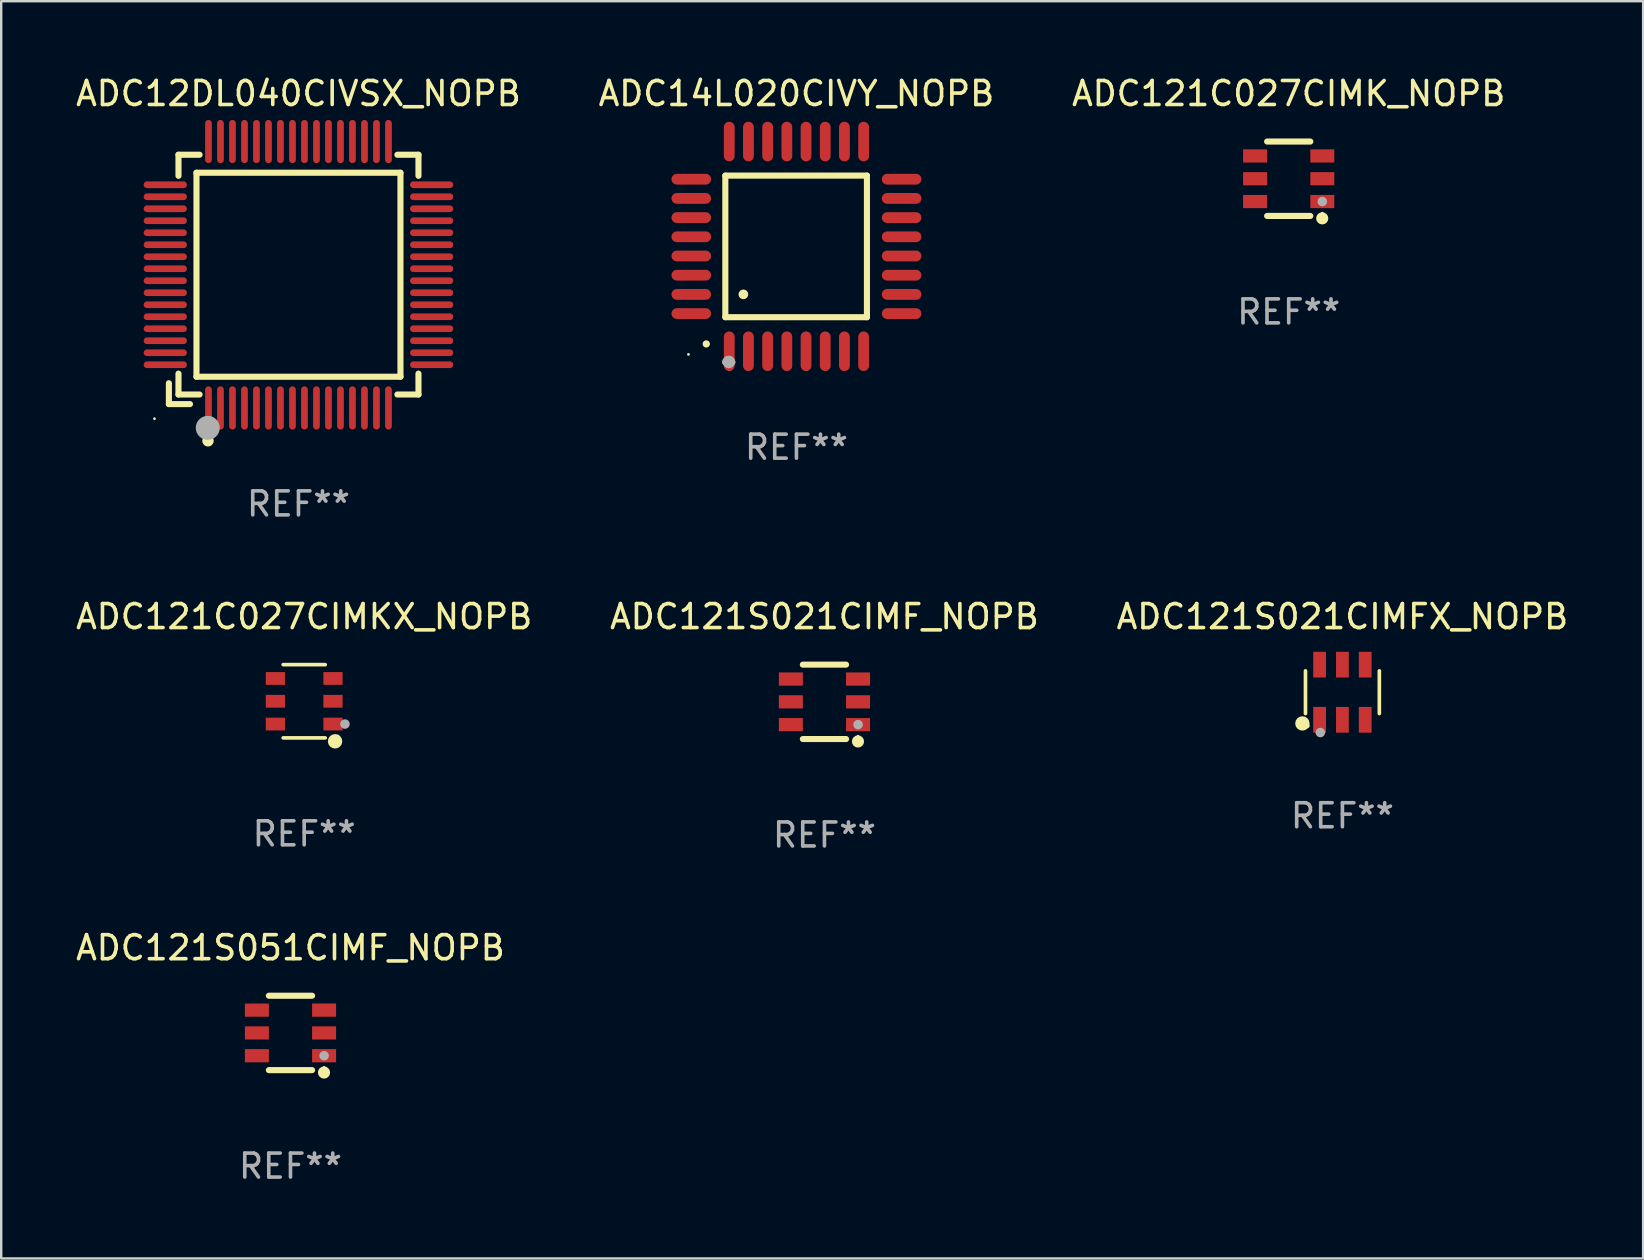
<source format=kicad_pcb>
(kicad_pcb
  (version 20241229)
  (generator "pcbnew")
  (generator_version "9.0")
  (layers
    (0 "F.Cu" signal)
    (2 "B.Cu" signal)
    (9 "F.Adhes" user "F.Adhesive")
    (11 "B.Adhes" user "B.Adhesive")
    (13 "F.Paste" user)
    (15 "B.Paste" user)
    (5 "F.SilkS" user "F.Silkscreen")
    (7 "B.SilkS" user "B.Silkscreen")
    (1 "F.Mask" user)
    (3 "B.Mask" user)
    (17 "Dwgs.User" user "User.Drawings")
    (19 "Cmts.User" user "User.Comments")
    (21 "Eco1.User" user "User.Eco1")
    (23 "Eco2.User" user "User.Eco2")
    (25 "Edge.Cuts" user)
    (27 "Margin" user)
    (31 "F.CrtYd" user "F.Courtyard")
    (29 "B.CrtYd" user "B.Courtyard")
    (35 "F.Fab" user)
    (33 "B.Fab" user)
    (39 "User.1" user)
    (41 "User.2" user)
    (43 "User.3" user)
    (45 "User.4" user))
  (footprint "ADC121S051CIMF_NOPB"
    (layer "F.Cu")
    (at 9.054 39.991)
    (property "Reference" "ADC121S051CIMF_NOPB" (at 0 -3.55 0) (layer "F.SilkS") (effects (font (size 1 1) (thickness 0.15))))
    (attr through_hole)
    (fp_line (start -0.9 -1.55) (end 0.9 -1.55) (stroke (width 0.254) (type solid)) (layer "F.SilkS"))
    (fp_line (start -0.9 1.55) (end 0.9 1.55) (stroke (width 0.254) (type solid)) (layer "F.SilkS"))
    (fp_circle (center 1.397 1.651) (end 1.524 1.651) (stroke (width 0.254) (type solid)) (fill no) (layer "F.SilkS"))
    (fp_circle (center 1.4 1.435) (end 1.43 1.435) (stroke (width 0.06) (type solid)) (fill no) (layer "F.SilkS"))
    (fp_circle (center 1.4 0.95) (end 1.5 0.95) (stroke (width 0.2) (type solid)) (fill no) (layer "F.Fab"))
    (fp_text user "REF**" (at 0 5.55 0) (layer "F.Fab") (effects (font (size 1 1) (thickness 0.15))))
    (pad "1" smd rect (at 1.4 0.95) (size 1 0.55) (layers "F.Cu" "F.Mask" "F.Paste"))
    (pad "2" smd rect (at 1.4 -0.000102) (size 1 0.55) (layers "F.Cu" "F.Mask" "F.Paste"))
    (pad "3" smd rect (at 1.4 -0.95) (size 1 0.55) (layers "F.Cu" "F.Mask" "F.Paste"))
    (pad "4" smd rect (at -1.4 -0.95) (size 1 0.55) (layers "F.Cu" "F.Mask" "F.Paste"))
    (pad "5" smd rect (at -1.4 -0.000102) (size 1 0.55) (layers "F.Cu" "F.Mask" "F.Paste"))
    (pad "6" smd rect (at -1.4 0.95) (size 1 0.55) (layers "F.Cu" "F.Mask" "F.Paste")))
  (footprint "ADC121S021CIMFX_NOPB"
    (layer "F.Cu")
    (at 52.887 25.794)
    (property "Reference" "ADC121S021CIMFX_NOPB" (at 0 -3.149 0) (layer "F.SilkS") (effects (font (size 1 1) (thickness 0.15))))
    (attr through_hole)
    (fp_line (start -1.539 0.889) (end -1.539 -0.889) (stroke (width 0.152) (type solid)) (layer "F.SilkS"))
    (fp_line (start 1.539 0.889) (end 1.539 -0.889) (stroke (width 0.152) (type solid)) (layer "F.SilkS"))
    (fp_circle (center -1.668 1.301) (end -1.518 1.301) (stroke (width 0.3) (type solid)) (fill no) (layer "F.SilkS"))
    (fp_circle (center -1.463 1.4) (end -1.413 1.4) (stroke (width 0.1) (type solid)) (fill no) (layer "F.SilkS"))
    (fp_circle (center -0.92 1.68) (end -0.82 1.68) (stroke (width 0.2) (type solid)) (fill no) (layer "F.Fab"))
    (fp_text user "REF**" (at 0 5.149 0) (layer "F.Fab") (effects (font (size 1 1) (thickness 0.15))))
    (pad "1" smd rect (at -0.95 1.149) (size 0.532 1.072) (layers "F.Cu" "F.Mask" "F.Paste"))
    (pad "2" smd rect (at 0 1.149) (size 0.532 1.072) (layers "F.Cu" "F.Mask" "F.Paste"))
    (pad "3" smd rect (at 0.95 1.149) (size 0.532 1.072) (layers "F.Cu" "F.Mask" "F.Paste"))
    (pad "4" smd rect (at 0.95 -1.149) (size 0.532 1.072) (layers "F.Cu" "F.Mask" "F.Paste"))
    (pad "5" smd rect (at 0 -1.149) (size 0.532 1.072) (layers "F.Cu" "F.Mask" "F.Paste"))
    (pad "6" smd rect (at -0.95 -1.149) (size 0.532 1.072) (layers "F.Cu" "F.Mask" "F.Paste")))
  (footprint "ADC14L020CIVY_NOPB"
    (layer "F.Cu")
    (at 30.137 7.217)
    (property "Reference" "ADC14L020CIVY_NOPB" (at 0 -6.369 0) (layer "F.SilkS") (effects (font (size 1 1) (thickness 0.15))))
    (attr through_hole)
    (fp_line (start -2.963 -2.95) (end -2.963 2.95) (stroke (width 0.254) (type solid)) (layer "F.SilkS"))
    (fp_line (start -2.963 2.95) (end 2.937 2.95) (stroke (width 0.254) (type solid)) (layer "F.SilkS"))
    (fp_line (start 2.937 -2.95) (end -2.963 -2.95) (stroke (width 0.254) (type solid)) (layer "F.SilkS"))
    (fp_line (start 2.937 2.95) (end 2.937 -2.95) (stroke (width 0.254) (type solid)) (layer "F.SilkS"))
    (fp_arc (start -3.759208 4.064008) (mid -3.757938 4.064003) (end -3.756668 4.064008) (stroke (width 0.3) (type solid)) (layer "F.SilkS"))
    (fp_arc (start -2.212344 1.998984) (mid -2.211074 1.99898) (end -2.209804 1.998984) (stroke (width 0.4) (type solid)) (layer "F.SilkS"))
    (fp_circle (center -4.5 4.5) (end -4.47 4.5) (stroke (width 0.06) (type solid)) (fill no) (layer "F.SilkS"))
    (fp_arc (start -2.967489 4.82601) (mid -2.819406 4.677927) (end -2.671323 4.82601) (stroke (width 0.254001) (type solid)) (layer "F.Fab"))
    (fp_arc (start -2.967488 4.82601) (mid -2.819406 4.791053) (end -2.671324 4.82601) (stroke (width 0.254001) (type solid)) (layer "F.Fab"))
    (fp_circle (center -2.819 4.826) (end -2.692 4.826) (stroke (width 0.254) (type solid)) (fill no) (layer "F.Fab"))
    (fp_text user "REF**" (at 0 8.369 0) (layer "F.Fab") (effects (font (size 1 1) (thickness 0.15))))
    (pad "1" smd oval (at -2.8 4.369) (size 0.45 1.65) (layers "F.Cu" "F.Mask" "F.Paste"))
    (pad "2" smd oval (at -2 4.369) (size 0.45 1.65) (layers "F.Cu" "F.Mask" "F.Paste"))
    (pad "3" smd oval (at -1.2 4.369) (size 0.45 1.65) (layers "F.Cu" "F.Mask" "F.Paste"))
    (pad "4" smd oval (at -0.4 4.369) (size 0.45 1.65) (layers "F.Cu" "F.Mask" "F.Paste"))
    (pad "5" smd oval (at 0.4 4.369) (size 0.45 1.65) (layers "F.Cu" "F.Mask" "F.Paste"))
    (pad "6" smd oval (at 1.2 4.369) (size 0.45 1.65) (layers "F.Cu" "F.Mask" "F.Paste"))
    (pad "7" smd oval (at 2 4.369) (size 0.45 1.65) (layers "F.Cu" "F.Mask" "F.Paste"))
    (pad "8" smd oval (at 2.8 4.369) (size 0.45 1.65) (layers "F.Cu" "F.Mask" "F.Paste"))
    (pad "9" smd oval (at 4.382 2.8) (size 1.65 0.45) (layers "F.Cu" "F.Mask" "F.Paste"))
    (pad "10" smd oval (at 4.382 2) (size 1.65 0.45) (layers "F.Cu" "F.Mask" "F.Paste"))
    (pad "11" smd oval (at 4.382 1.2) (size 1.65 0.45) (layers "F.Cu" "F.Mask" "F.Paste"))
    (pad "12" smd oval (at 4.382 0.4) (size 1.65 0.45) (layers "F.Cu" "F.Mask" "F.Paste"))
    (pad "13" smd oval (at 4.382 -0.4) (size 1.65 0.45) (layers "F.Cu" "F.Mask" "F.Paste"))
    (pad "14" smd oval (at 4.382 -1.2) (size 1.65 0.45) (layers "F.Cu" "F.Mask" "F.Paste"))
    (pad "15" smd oval (at 4.382 -2) (size 1.65 0.45) (layers "F.Cu" "F.Mask" "F.Paste"))
    (pad "16" smd oval (at 4.382 -2.8) (size 1.65 0.45) (layers "F.Cu" "F.Mask" "F.Paste"))
    (pad "17" smd oval (at 2.8 -4.369) (size 0.45 1.65) (layers "F.Cu" "F.Mask" "F.Paste"))
    (pad "18" smd oval (at 2 -4.369) (size 0.45 1.65) (layers "F.Cu" "F.Mask" "F.Paste"))
    (pad "19" smd oval (at 1.2 -4.369) (size 0.45 1.65) (layers "F.Cu" "F.Mask" "F.Paste"))
    (pad "20" smd oval (at 0.4 -4.369) (size 0.45 1.65) (layers "F.Cu" "F.Mask" "F.Paste"))
    (pad "21" smd oval (at -0.4 -4.369) (size 0.45 1.65) (layers "F.Cu" "F.Mask" "F.Paste"))
    (pad "22" smd oval (at -1.2 -4.369) (size 0.45 1.65) (layers "F.Cu" "F.Mask" "F.Paste"))
    (pad "23" smd oval (at -2 -4.369) (size 0.45 1.65) (layers "F.Cu" "F.Mask" "F.Paste"))
    (pad "24" smd oval (at -2.8 -4.369) (size 0.45 1.65) (layers "F.Cu" "F.Mask" "F.Paste"))
    (pad "25" smd oval (at -4.382 -2.8) (size 1.65 0.45) (layers "F.Cu" "F.Mask" "F.Paste"))
    (pad "26" smd oval (at -4.382 -2) (size 1.65 0.45) (layers "F.Cu" "F.Mask" "F.Paste"))
    (pad "27" smd oval (at -4.382 -1.2) (size 1.65 0.45) (layers "F.Cu" "F.Mask" "F.Paste"))
    (pad "28" smd oval (at -4.382 -0.4) (size 1.65 0.45) (layers "F.Cu" "F.Mask" "F.Paste"))
    (pad "29" smd oval (at -4.382 0.4) (size 1.65 0.45) (layers "F.Cu" "F.Mask" "F.Paste"))
    (pad "30" smd oval (at -4.382 1.2) (size 1.65 0.45) (layers "F.Cu" "F.Mask" "F.Paste"))
    (pad "31" smd oval (at -4.382 2) (size 1.65 0.45) (layers "F.Cu" "F.Mask" "F.Paste"))
    (pad "32" smd oval (at -4.382 2.8) (size 1.65 0.45) (layers "F.Cu" "F.Mask" "F.Paste")))
  (footprint "ADC121C027CIMKX_NOPB"
    (layer "F.Cu")
    (at 9.625 26.171)
    (property "Reference" "ADC121C027CIMKX_NOPB" (at 0 -3.526 0) (layer "F.SilkS") (effects (font (size 1 1) (thickness 0.15))))
    (attr through_hole)
    (fp_line (start 0.876 -1.526) (end -0.876 -1.526) (stroke (width 0.152) (type solid)) (layer "F.SilkS"))
    (fp_line (start 0.876 1.526) (end -0.876 1.526) (stroke (width 0.152) (type solid)) (layer "F.SilkS"))
    (fp_circle (center 1.287 1.669) (end 1.438 1.669) (stroke (width 0.3) (type solid)) (fill no) (layer "F.SilkS"))
    (fp_circle (center 1.4 1.45) (end 1.43 1.45) (stroke (width 0.06) (type solid)) (fill no) (layer "F.SilkS"))
    (fp_circle (center 1.7 0.95) (end 1.8 0.95) (stroke (width 0.2) (type solid)) (fill no) (layer "F.Fab"))
    (fp_text user "REF**" (at 0 5.526 0) (layer "F.Fab") (effects (font (size 1 1) (thickness 0.15))))
    (pad "1" smd rect (at 1.2 0.95) (size 0.8 0.532) (layers "F.Cu" "F.Mask" "F.Paste"))
    (pad "2" smd rect (at 1.2 0) (size 0.8 0.532) (layers "F.Cu" "F.Mask" "F.Paste"))
    (pad "3" smd rect (at 1.2 -0.95) (size 0.8 0.532) (layers "F.Cu" "F.Mask" "F.Paste"))
    (pad "4" smd rect (at -1.2 -0.95) (size 0.8 0.532) (layers "F.Cu" "F.Mask" "F.Paste"))
    (pad "5" smd rect (at -1.2 0) (size 0.8 0.532) (layers "F.Cu" "F.Mask" "F.Paste"))
    (pad "6" smd rect (at -1.2 0.95) (size 0.8 0.532) (layers "F.Cu" "F.Mask" "F.Paste")))
  (footprint "ADC12DL040CIVSX_NOPB"
    (layer "F.Cu")
    (at 9.387 8.398)
    (property "Reference" "ADC12DL040CIVSX_NOPB" (at 0 -7.55 0) (layer "F.SilkS") (effects (font (size 1 1) (thickness 0.15))))
    (attr through_hole)
    (fp_line (start -5.4 4.521) (end -5.4 5.39) (stroke (width 0.254) (type solid)) (layer "F.SilkS"))
    (fp_line (start -5.4 5.39) (end -4.521 5.39) (stroke (width 0.254) (type solid)) (layer "F.SilkS"))
    (fp_line (start -5 -5) (end -5 -4.121) (stroke (width 0.254) (type solid)) (layer "F.SilkS"))
    (fp_line (start -5 4.121) (end -5 4.99) (stroke (width 0.254) (type solid)) (layer "F.SilkS"))
    (fp_line (start -5 4.99) (end -4.121 4.99) (stroke (width 0.254) (type solid)) (layer "F.SilkS"))
    (fp_line (start -4.25 -4.25) (end -4.25 4.25) (stroke (width 0.254) (type solid)) (layer "F.SilkS"))
    (fp_line (start -4.25 4.25) (end 4.25 4.25) (stroke (width 0.254) (type solid)) (layer "F.SilkS"))
    (fp_line (start -4.121 -5) (end -5 -5) (stroke (width 0.254) (type solid)) (layer "F.SilkS"))
    (fp_line (start 4.121 4.99) (end 5 4.99) (stroke (width 0.254) (type solid)) (layer "F.SilkS"))
    (fp_line (start 4.25 -4.25) (end -4.25 -4.25) (stroke (width 0.254) (type solid)) (layer "F.SilkS"))
    (fp_line (start 4.25 4.25) (end 4.25 -4.25) (stroke (width 0.254) (type solid)) (layer "F.SilkS"))
    (fp_line (start 5 -5) (end 4.121 -5) (stroke (width 0.254) (type solid)) (layer "F.SilkS"))
    (fp_line (start 5 -4.121) (end 5 -5) (stroke (width 0.254) (type solid)) (layer "F.SilkS"))
    (fp_line (start 5 4.99) (end 5 4.121) (stroke (width 0.254) (type solid)) (layer "F.SilkS"))
    (fp_circle (center -6 6) (end -5.97 6) (stroke (width 0.06) (type solid)) (fill no) (layer "F.SilkS"))
    (fp_circle (center -3.77 6.92) (end -3.65 6.92) (stroke (width 0.24) (type solid)) (fill no) (layer "F.SilkS"))
    (fp_circle (center -3.78 6.38) (end -3.53 6.38) (stroke (width 0.5) (type solid)) (fill no) (layer "F.Fab"))
    (fp_text user "REF**" (at 0 9.55 0) (layer "F.Fab") (effects (font (size 1 1) (thickness 0.15))))
    (pad "1" smd oval (at -3.75 5.55) (size 0.28 1.8) (layers "F.Cu" "F.Mask" "F.Paste"))
    (pad "2" smd oval (at -3.25 5.55) (size 0.28 1.8) (layers "F.Cu" "F.Mask" "F.Paste"))
    (pad "3" smd oval (at -2.75 5.55) (size 0.28 1.8) (layers "F.Cu" "F.Mask" "F.Paste"))
    (pad "4" smd oval (at -2.25 5.55) (size 0.28 1.8) (layers "F.Cu" "F.Mask" "F.Paste"))
    (pad "5" smd oval (at -1.75 5.55) (size 0.28 1.8) (layers "F.Cu" "F.Mask" "F.Paste"))
    (pad "6" smd oval (at -1.25 5.55) (size 0.28 1.8) (layers "F.Cu" "F.Mask" "F.Paste"))
    (pad "7" smd oval (at -0.75 5.55) (size 0.28 1.8) (layers "F.Cu" "F.Mask" "F.Paste"))
    (pad "8" smd oval (at -0.25 5.55) (size 0.28 1.8) (layers "F.Cu" "F.Mask" "F.Paste"))
    (pad "9" smd oval (at 0.25 5.55) (size 0.28 1.8) (layers "F.Cu" "F.Mask" "F.Paste"))
    (pad "10" smd oval (at 0.75 5.55) (size 0.28 1.8) (layers "F.Cu" "F.Mask" "F.Paste"))
    (pad "11" smd oval (at 1.25 5.55) (size 0.28 1.8) (layers "F.Cu" "F.Mask" "F.Paste"))
    (pad "12" smd oval (at 1.75 5.55) (size 0.28 1.8) (layers "F.Cu" "F.Mask" "F.Paste"))
    (pad "13" smd oval (at 2.25 5.55) (size 0.28 1.8) (layers "F.Cu" "F.Mask" "F.Paste"))
    (pad "14" smd oval (at 2.75 5.55) (size 0.28 1.8) (layers "F.Cu" "F.Mask" "F.Paste"))
    (pad "15" smd oval (at 3.25 5.55) (size 0.28 1.8) (layers "F.Cu" "F.Mask" "F.Paste"))
    (pad "16" smd oval (at 3.75 5.55) (size 0.28 1.8) (layers "F.Cu" "F.Mask" "F.Paste"))
    (pad "17" smd oval (at 5.55 3.75) (size 1.8 0.28) (layers "F.Cu" "F.Mask" "F.Paste"))
    (pad "18" smd oval (at 5.55 3.25) (size 1.8 0.28) (layers "F.Cu" "F.Mask" "F.Paste"))
    (pad "19" smd oval (at 5.55 2.75) (size 1.8 0.28) (layers "F.Cu" "F.Mask" "F.Paste"))
    (pad "20" smd oval (at 5.55 2.25) (size 1.8 0.28) (layers "F.Cu" "F.Mask" "F.Paste"))
    (pad "21" smd oval (at 5.55 1.75) (size 1.8 0.28) (layers "F.Cu" "F.Mask" "F.Paste"))
    (pad "22" smd oval (at 5.55 1.25) (size 1.8 0.28) (layers "F.Cu" "F.Mask" "F.Paste"))
    (pad "23" smd oval (at 5.55 0.75) (size 1.8 0.28) (layers "F.Cu" "F.Mask" "F.Paste"))
    (pad "24" smd oval (at 5.55 0.25) (size 1.8 0.28) (layers "F.Cu" "F.Mask" "F.Paste"))
    (pad "25" smd oval (at 5.55 -0.25) (size 1.8 0.28) (layers "F.Cu" "F.Mask" "F.Paste"))
    (pad "26" smd oval (at 5.55 -0.75) (size 1.8 0.28) (layers "F.Cu" "F.Mask" "F.Paste"))
    (pad "27" smd oval (at 5.55 -1.25) (size 1.8 0.28) (layers "F.Cu" "F.Mask" "F.Paste"))
    (pad "28" smd oval (at 5.55 -1.75) (size 1.8 0.28) (layers "F.Cu" "F.Mask" "F.Paste"))
    (pad "29" smd oval (at 5.55 -2.25) (size 1.8 0.28) (layers "F.Cu" "F.Mask" "F.Paste"))
    (pad "30" smd oval (at 5.55 -2.75) (size 1.8 0.28) (layers "F.Cu" "F.Mask" "F.Paste"))
    (pad "31" smd oval (at 5.55 -3.25) (size 1.8 0.28) (layers "F.Cu" "F.Mask" "F.Paste"))
    (pad "32" smd oval (at 5.55 -3.75) (size 1.8 0.28) (layers "F.Cu" "F.Mask" "F.Paste"))
    (pad "33" smd oval (at 3.75 -5.55) (size 0.28 1.8) (layers "F.Cu" "F.Mask" "F.Paste"))
    (pad "34" smd oval (at 3.25 -5.55) (size 0.28 1.8) (layers "F.Cu" "F.Mask" "F.Paste"))
    (pad "35" smd oval (at 2.75 -5.55) (size 0.28 1.8) (layers "F.Cu" "F.Mask" "F.Paste"))
    (pad "36" smd oval (at 2.25 -5.55) (size 0.28 1.8) (layers "F.Cu" "F.Mask" "F.Paste"))
    (pad "37" smd oval (at 1.75 -5.55) (size 0.28 1.8) (layers "F.Cu" "F.Mask" "F.Paste"))
    (pad "38" smd oval (at 1.25 -5.55) (size 0.28 1.8) (layers "F.Cu" "F.Mask" "F.Paste"))
    (pad "39" smd oval (at 0.75 -5.55) (size 0.28 1.8) (layers "F.Cu" "F.Mask" "F.Paste"))
    (pad "40" smd oval (at 0.25 -5.55) (size 0.28 1.8) (layers "F.Cu" "F.Mask" "F.Paste"))
    (pad "41" smd oval (at -0.25 -5.55) (size 0.28 1.8) (layers "F.Cu" "F.Mask" "F.Paste"))
    (pad "42" smd oval (at -0.75 -5.55) (size 0.28 1.8) (layers "F.Cu" "F.Mask" "F.Paste"))
    (pad "43" smd oval (at -1.25 -5.55) (size 0.28 1.8) (layers "F.Cu" "F.Mask" "F.Paste"))
    (pad "44" smd oval (at -1.75 -5.55) (size 0.28 1.8) (layers "F.Cu" "F.Mask" "F.Paste"))
    (pad "45" smd oval (at -2.25 -5.55) (size 0.28 1.8) (layers "F.Cu" "F.Mask" "F.Paste"))
    (pad "46" smd oval (at -2.75 -5.55) (size 0.28 1.8) (layers "F.Cu" "F.Mask" "F.Paste"))
    (pad "47" smd oval (at -3.25 -5.55) (size 0.28 1.8) (layers "F.Cu" "F.Mask" "F.Paste"))
    (pad "48" smd oval (at -3.75 -5.55) (size 0.28 1.8) (layers "F.Cu" "F.Mask" "F.Paste"))
    (pad "49" smd oval (at -5.55 -3.75) (size 1.8 0.28) (layers "F.Cu" "F.Mask" "F.Paste"))
    (pad "50" smd oval (at -5.55 -3.25) (size 1.8 0.28) (layers "F.Cu" "F.Mask" "F.Paste"))
    (pad "51" smd oval (at -5.55 -2.75) (size 1.8 0.28) (layers "F.Cu" "F.Mask" "F.Paste"))
    (pad "52" smd oval (at -5.55 -2.25) (size 1.8 0.28) (layers "F.Cu" "F.Mask" "F.Paste"))
    (pad "53" smd oval (at -5.55 -1.75) (size 1.8 0.28) (layers "F.Cu" "F.Mask" "F.Paste"))
    (pad "54" smd oval (at -5.55 -1.25) (size 1.8 0.28) (layers "F.Cu" "F.Mask" "F.Paste"))
    (pad "55" smd oval (at -5.55 -0.75) (size 1.8 0.28) (layers "F.Cu" "F.Mask" "F.Paste"))
    (pad "56" smd oval (at -5.55 -0.25) (size 1.8 0.28) (layers "F.Cu" "F.Mask" "F.Paste"))
    (pad "57" smd oval (at -5.55 0.25) (size 1.8 0.28) (layers "F.Cu" "F.Mask" "F.Paste"))
    (pad "58" smd oval (at -5.55 0.75) (size 1.8 0.28) (layers "F.Cu" "F.Mask" "F.Paste"))
    (pad "59" smd oval (at -5.55 1.25) (size 1.8 0.28) (layers "F.Cu" "F.Mask" "F.Paste"))
    (pad "60" smd oval (at -5.55 1.75) (size 1.8 0.28) (layers "F.Cu" "F.Mask" "F.Paste"))
    (pad "61" smd oval (at -5.55 2.25) (size 1.8 0.28) (layers "F.Cu" "F.Mask" "F.Paste"))
    (pad "62" smd oval (at -5.55 2.75) (size 1.8 0.28) (layers "F.Cu" "F.Mask" "F.Paste"))
    (pad "63" smd oval (at -5.55 3.25) (size 1.8 0.28) (layers "F.Cu" "F.Mask" "F.Paste"))
    (pad "64" smd oval (at -5.55 3.75) (size 1.8 0.28) (layers "F.Cu" "F.Mask" "F.Paste")))
  (footprint "ADC121S021CIMF_NOPB"
    (layer "F.Cu")
    (at 31.304 26.195)
    (property "Reference" "ADC121S021CIMF_NOPB" (at 0 -3.55 0) (layer "F.SilkS") (effects (font (size 1 1) (thickness 0.15))))
    (attr through_hole)
    (fp_line (start -0.9 -1.55) (end 0.9 -1.55) (stroke (width 0.254) (type solid)) (layer "F.SilkS"))
    (fp_line (start -0.9 1.55) (end 0.9 1.55) (stroke (width 0.254) (type solid)) (layer "F.SilkS"))
    (fp_circle (center 1.397 1.651) (end 1.524 1.651) (stroke (width 0.254) (type solid)) (fill no) (layer "F.SilkS"))
    (fp_circle (center 1.4 1.435) (end 1.43 1.435) (stroke (width 0.06) (type solid)) (fill no) (layer "F.SilkS"))
    (fp_circle (center 1.4 0.95) (end 1.5 0.95) (stroke (width 0.2) (type solid)) (fill no) (layer "F.Fab"))
    (fp_text user "REF**" (at 0 5.55 0) (layer "F.Fab") (effects (font (size 1 1) (thickness 0.15))))
    (pad "1" smd rect (at 1.4 0.95) (size 1 0.55) (layers "F.Cu" "F.Mask" "F.Paste"))
    (pad "2" smd rect (at 1.4 -0.000102) (size 1 0.55) (layers "F.Cu" "F.Mask" "F.Paste"))
    (pad "3" smd rect (at 1.4 -0.95) (size 1 0.55) (layers "F.Cu" "F.Mask" "F.Paste"))
    (pad "4" smd rect (at -1.4 -0.95) (size 1 0.55) (layers "F.Cu" "F.Mask" "F.Paste"))
    (pad "5" smd rect (at -1.4 -0.000102) (size 1 0.55) (layers "F.Cu" "F.Mask" "F.Paste"))
    (pad "6" smd rect (at -1.4 0.95) (size 1 0.55) (layers "F.Cu" "F.Mask" "F.Paste")))
  (footprint "ADC121C027CIMK_NOPB"
    (layer "F.Cu")
    (at 50.649 4.398)
    (property "Reference" "ADC121C027CIMK_NOPB" (at 0 -3.55 0) (layer "F.SilkS") (effects (font (size 1 1) (thickness 0.15))))
    (attr through_hole)
    (fp_line (start -0.9 -1.55) (end 0.9 -1.55) (stroke (width 0.254) (type solid)) (layer "F.SilkS"))
    (fp_line (start -0.9 1.55) (end 0.9 1.55) (stroke (width 0.254) (type solid)) (layer "F.SilkS"))
    (fp_circle (center 1.397 1.651) (end 1.524 1.651) (stroke (width 0.254) (type solid)) (fill no) (layer "F.SilkS"))
    (fp_circle (center 1.4 1.435) (end 1.43 1.435) (stroke (width 0.06) (type solid)) (fill no) (layer "F.SilkS"))
    (fp_circle (center 1.4 0.95) (end 1.5 0.95) (stroke (width 0.2) (type solid)) (fill no) (layer "F.Fab"))
    (fp_text user "REF**" (at 0 5.55 0) (layer "F.Fab") (effects (font (size 1 1) (thickness 0.15))))
    (pad "1" smd rect (at 1.4 0.95) (size 1 0.55) (layers "F.Cu" "F.Mask" "F.Paste"))
    (pad "2" smd rect (at 1.4 -0.000102) (size 1 0.55) (layers "F.Cu" "F.Mask" "F.Paste"))
    (pad "3" smd rect (at 1.4 -0.95) (size 1 0.55) (layers "F.Cu" "F.Mask" "F.Paste"))
    (pad "4" smd rect (at -1.4 -0.95) (size 1 0.55) (layers "F.Cu" "F.Mask" "F.Paste"))
    (pad "5" smd rect (at -1.4 -0.000102) (size 1 0.55) (layers "F.Cu" "F.Mask" "F.Paste"))
    (pad "6" smd rect (at -1.4 0.95) (size 1 0.55) (layers "F.Cu" "F.Mask" "F.Paste")))
  (gr_rect
    (start -3 -3)
    (end 65.417 49.389)
    (stroke (width 0.1) (type default))
    (fill no)
    (layer "Edge.Cuts")))
</source>
